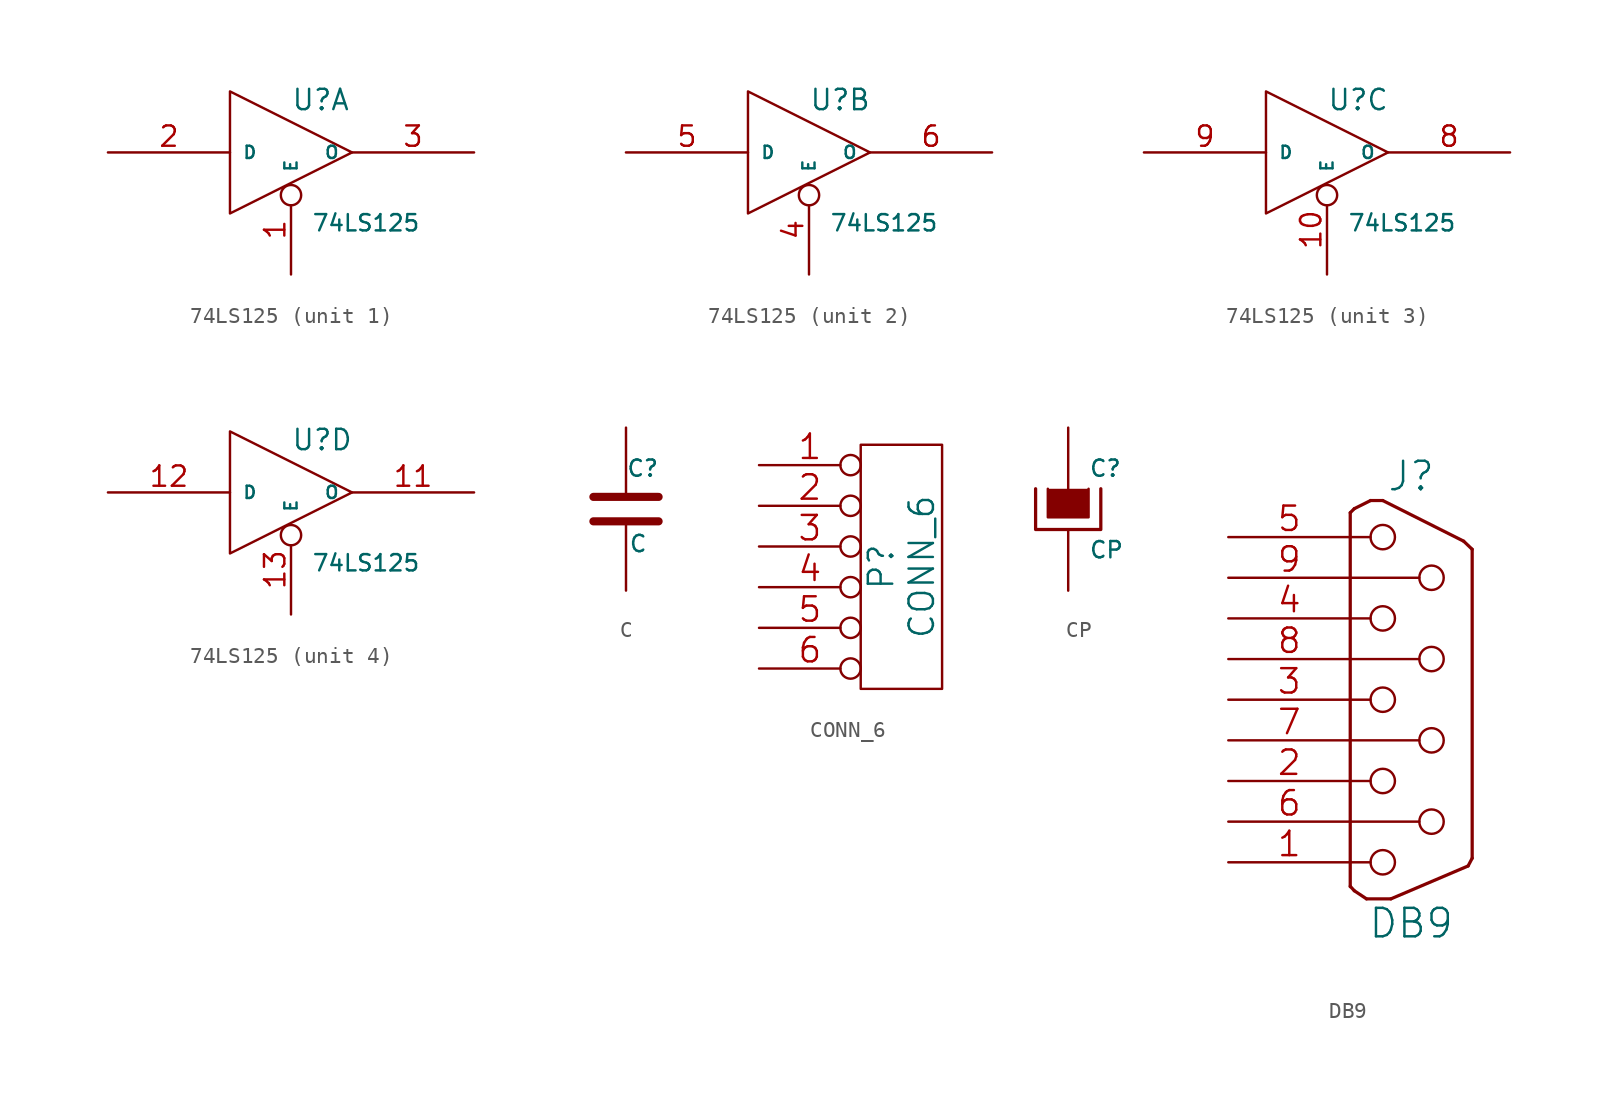
<source format=kicad_sym>
(kicad_symbol_lib
  (version 20201005)
  (generator kicad_symbol_editor)
  (symbol "sonde_xilinx_schlib:74LS125"
    (pin_names
      (offset 0.762))
    (property "Reference" "U"
      (at 0 2.54 0)
      (effects (font (size 1.27 1.27)) (justify left bottom)))
    (property "Value" "74LS125"
      (at 1.27 -3.81 0)
      (effects (font (size 1.016 1.016)) (justify left top)))
    (property "Footprint" ""
      (at 0 0 0)
      (effects (font (size 1.524 1.524))))
    (property "Datasheet" ""
      (at 0 0 0)
      (effects (font (size 1.524 1.524))))
    (symbol "74LS125_0_1"
      (polyline (pts (xy -3.81 3.81) (xy -3.81 -3.81) (xy 3.81 0) (xy -3.81 3.81)) (stroke (width 0)) (fill (type none))))
    (symbol "74LS125_0_0"
      (pin power_in line (at -3.81 -3.81 90) (length 0) hide (name "GND" (effects (font (size 0.762 0.762)))) (number "7" (effects (font (size 1.27 1.27)))))
      (pin power_in line (at -3.81 3.81 270) (length 0) hide (name "VCC" (effects (font (size 0.762 0.762)))) (number "14" (effects (font (size 1.27 1.27))))))
    (symbol "74LS125_1_0"
      (pin input inverted (at 0 -7.62 90) (length 5.588) (name "E" (effects (font (size 0.762 0.762)))) (number "1" (effects (font (size 1.27 1.27))))))
    (symbol "74LS125_2_0"
      (pin input inverted (at 0 -7.62 90) (length 5.588) (name "E" (effects (font (size 0.762 0.762)))) (number "4" (effects (font (size 1.27 1.27))))))
    (symbol "74LS125_3_0"
      (pin input inverted (at 0 -7.62 90) (length 5.588) (name "E" (effects (font (size 0.762 0.762)))) (number "10" (effects (font (size 1.27 1.27))))))
    (symbol "74LS125_4_0"
      (pin input inverted (at 0 -7.62 90) (length 5.588) (name "E" (effects (font (size 0.762 0.762)))) (number "13" (effects (font (size 1.27 1.27))))))
    (symbol "74LS125_1_1"
      (pin input line (at -11.43 0 0) (length 7.62) (name "D" (effects (font (size 0.762 0.762)))) (number "2" (effects (font (size 1.27 1.27)))))
      (pin tri_state line (at 11.43 0 180) (length 7.62) (name "O" (effects (font (size 0.762 0.762)))) (number "3" (effects (font (size 1.27 1.27))))))
    (symbol "74LS125_2_1"
      (pin input line (at -11.43 0 0) (length 7.62) (name "D" (effects (font (size 0.762 0.762)))) (number "5" (effects (font (size 1.27 1.27)))))
      (pin tri_state line (at 11.43 0 180) (length 7.62) (name "O" (effects (font (size 0.762 0.762)))) (number "6" (effects (font (size 1.27 1.27))))))
    (symbol "74LS125_3_1"
      (pin tri_state line (at 11.43 0 180) (length 7.62) (name "O" (effects (font (size 0.762 0.762)))) (number "8" (effects (font (size 1.27 1.27)))))
      (pin input line (at -11.43 0 0) (length 7.62) (name "D" (effects (font (size 0.762 0.762)))) (number "9" (effects (font (size 1.27 1.27))))))
    (symbol "74LS125_4_1"
      (pin tri_state line (at 11.43 0 180) (length 7.62) (name "O" (effects (font (size 0.762 0.762)))) (number "11" (effects (font (size 1.27 1.27)))))
      (pin input line (at -11.43 0 0) (length 7.62) (name "D" (effects (font (size 0.762 0.762)))) (number "12" (effects (font (size 1.27 1.27)))))))
  (symbol "sonde_xilinx_schlib:C"
    (pin_numbers hide)
    (pin_names
      (offset 0.254))
    (property "Reference" "C"
      (at 0 2.54 0)
      (effects (font (size 1.016 1.016)) (justify left)))
    (property "Value" "C"
      (at 0.152 -2.159 0)
      (effects (font (size 1.016 1.016)) (justify left)))
    (property "Footprint" ""
      (at 0.965 -3.81 0)
      (effects (font (size 0.762 0.762))))
    (property "Datasheet" ""
      (at 0 2.54 0)
      (effects (font (size 0.762 0.762))))
    (symbol "C_0_1"
      (polyline (pts (xy -2.032 -0.762) (xy 2.032 -0.762)) (stroke (width 0.508)) (fill (type none)))
      (polyline (pts (xy -2.032 0.762) (xy 2.032 0.762)) (stroke (width 0.508)) (fill (type none))))
    (symbol "C_1_1"
      (pin passive line (at 0 5.08 270) (length 4.318) (name "~" (effects (font (size 1.016 1.016)))) (number "1" (effects (font (size 1.016 1.016)))))
      (pin passive line (at 0 -5.08 90) (length 4.318) (name "~" (effects (font (size 1.016 1.016)))) (number "2" (effects (font (size 1.016 1.016)))))))
  (symbol "sonde_xilinx_schlib:CONN_6"
    (pin_names
      (offset 0.762) hide)
    (property "Reference" "P"
      (at -1.27 0 90)
      (effects (font (size 1.524 1.524))))
    (property "Value" "CONN_6"
      (at 1.27 0 90)
      (effects (font (size 1.524 1.524))))
    (property "Footprint" ""
      (at 0 0 0)
      (effects (font (size 1.524 1.524))))
    (property "Datasheet" ""
      (at 0 0 0)
      (effects (font (size 1.524 1.524))))
    (symbol "CONN_6_0_1"
      (rectangle (start -2.54 7.62) (end 2.54 -7.62) (stroke (width 0)) (fill (type none))))
    (symbol "CONN_6_1_1"
      (pin passive inverted (at -8.89 6.35 0) (length 6.35) (name "1" (effects (font (size 1.524 1.524)))) (number "1" (effects (font (size 1.524 1.524)))))
      (pin passive inverted (at -8.89 3.81 0) (length 6.35) (name "2" (effects (font (size 1.524 1.524)))) (number "2" (effects (font (size 1.524 1.524)))))
      (pin passive inverted (at -8.89 1.27 0) (length 6.35) (name "3" (effects (font (size 1.524 1.524)))) (number "3" (effects (font (size 1.524 1.524)))))
      (pin passive inverted (at -8.89 -1.27 0) (length 6.35) (name "4" (effects (font (size 1.524 1.524)))) (number "4" (effects (font (size 1.524 1.524)))))
      (pin passive inverted (at -8.89 -3.81 0) (length 6.35) (name "5" (effects (font (size 1.524 1.524)))) (number "5" (effects (font (size 1.524 1.524)))))
      (pin passive inverted (at -8.89 -6.35 0) (length 6.35) (name "6" (effects (font (size 1.524 1.524)))) (number "6" (effects (font (size 1.524 1.524)))))))
  (symbol "sonde_xilinx_schlib:CP"
    (pin_numbers hide)
    (pin_names
      (offset 0.254) hide)
    (property "Reference" "C"
      (at 1.27 2.54 0)
      (effects (font (size 1.016 1.016)) (justify left)))
    (property "Value" "CP"
      (at 1.27 -2.54 0)
      (effects (font (size 1.016 1.016)) (justify left)))
    (property "Footprint" ""
      (at 2.54 -3.81 0)
      (effects (font (size 0.762 0.762))))
    (property "Datasheet" ""
      (at 1.27 2.54 0)
      (effects (font (size 0.762 0.762))))
    (symbol "CP_0_1"
      (polyline (pts (xy -2.032 1.27) (xy -2.032 -1.27) (xy 2.032 -1.27) (xy 2.032 1.27)) (stroke (width 0.203)) (fill (type none)))
      (polyline (pts (xy -1.27 1.27) (xy -1.27 -0.508) (xy 1.27 -0.508) (xy 1.27 1.27)) (stroke (width 0)) (fill (type outline))))
    (symbol "CP_1_1"
      (pin passive line (at 0 5.08 270) (length 3.81) (name "~" (effects (font (size 1.016 1.016)))) (number "1" (effects (font (size 1.016 1.016)))))
      (pin passive line (at 0 -5.08 90) (length 3.81) (name "~" (effects (font (size 1.016 1.016)))) (number "2" (effects (font (size 1.016 1.016)))))))
  (symbol "sonde_xilinx_schlib:DB9"
    (pin_names
      (offset 1.016) hide)
    (property "Reference" "J"
      (at 0 13.97 0)
      (effects (font (size 1.778 1.778))))
    (property "Value" "DB9"
      (at 0 -13.97 0)
      (effects (font (size 1.778 1.778))))
    (property "Footprint" ""
      (at 0 0 0)
      (effects (font (size 1.524 1.524))))
    (property "Datasheet" ""
      (at 0 0 0)
      (effects (font (size 1.524 1.524))))
    (symbol "DB9_0_1"
      (circle (center -1.778 -10.16) (radius 0.762) (stroke (width 0)) (fill (type none)))
      (circle (center -1.778 -5.08) (radius 0.762) (stroke (width 0)) (fill (type none)))
      (circle (center -1.778 0) (radius 0.762) (stroke (width 0)) (fill (type none)))
      (circle (center -1.778 5.08) (radius 0.762) (stroke (width 0)) (fill (type none)))
      (circle (center -1.778 10.16) (radius 0.762) (stroke (width 0)) (fill (type none)))
      (circle (center 1.27 -7.62) (radius 0.762) (stroke (width 0)) (fill (type none)))
      (circle (center 1.27 -2.54) (radius 0.762) (stroke (width 0)) (fill (type none)))
      (circle (center 1.27 2.54) (radius 0.762) (stroke (width 0)) (fill (type none)))
      (circle (center 1.27 7.62) (radius 0.762) (stroke (width 0)) (fill (type none)))
      (polyline (pts (xy -3.81 -11.684) (xy -3.81 11.684)) (stroke (width 0.203)) (fill (type none)))
      (polyline (pts (xy -3.81 -11.659) (xy -3.556 -11.938)) (stroke (width 0.203)) (fill (type none)))
      (polyline (pts (xy -3.81 -10.16) (xy -2.54 -10.16)) (stroke (width 0)) (fill (type none)))
      (polyline (pts (xy -3.81 -7.62) (xy 0.508 -7.62)) (stroke (width 0)) (fill (type none)))
      (polyline (pts (xy -3.81 -5.08) (xy -2.54 -5.08)) (stroke (width 0)) (fill (type none)))
      (polyline (pts (xy -3.81 -2.54) (xy 0.508 -2.54)) (stroke (width 0)) (fill (type none)))
      (polyline (pts (xy -3.81 0) (xy -2.54 0)) (stroke (width 0)) (fill (type none)))
      (polyline (pts (xy -3.81 2.54) (xy 0.508 2.54)) (stroke (width 0)) (fill (type none)))
      (polyline (pts (xy -3.81 5.08) (xy -2.54 5.08)) (stroke (width 0)) (fill (type none)))
      (polyline (pts (xy -3.81 7.62) (xy 0.508 7.62)) (stroke (width 0)) (fill (type none)))
      (polyline (pts (xy -3.81 10.16) (xy -2.54 10.16)) (stroke (width 0)) (fill (type none)))
      (polyline (pts (xy -3.556 -11.938) (xy -2.794 -12.446)) (stroke (width 0.203)) (fill (type none)))
      (polyline (pts (xy -3.556 11.938) (xy -3.81 11.684)) (stroke (width 0.203)) (fill (type none)))
      (polyline (pts (xy -3.556 11.938) (xy -2.54 12.446)) (stroke (width 0.203)) (fill (type none)))
      (polyline (pts (xy -2.794 -12.446) (xy -1.27 -12.446)) (stroke (width 0.203)) (fill (type none)))
      (polyline (pts (xy -2.54 12.446) (xy -1.778 12.446)) (stroke (width 0.203)) (fill (type none)))
      (polyline (pts (xy 3.277 9.906) (xy -1.778 12.446)) (stroke (width 0.203)) (fill (type none)))
      (polyline (pts (xy 3.277 9.906) (xy 3.81 9.398)) (stroke (width 0.203)) (fill (type none)))
      (polyline (pts (xy 3.556 -10.389) (xy -1.27 -12.446)) (stroke (width 0.203)) (fill (type none)))
      (polyline (pts (xy 3.81 -9.906) (xy 3.556 -10.389)) (stroke (width 0.203)) (fill (type none)))
      (polyline (pts (xy 3.81 9.398) (xy 3.81 -9.906)) (stroke (width 0.203)) (fill (type none))))
    (symbol "DB9_1_1"
      (pin passive line (at -11.43 -10.16 0) (length 7.62) (name "1" (effects (font (size 1.524 1.524)))) (number "1" (effects (font (size 1.524 1.524)))))
      (pin passive line (at -11.43 -5.08 0) (length 7.62) (name "2" (effects (font (size 1.524 1.524)))) (number "2" (effects (font (size 1.524 1.524)))))
      (pin passive line (at -11.43 0 0) (length 7.62) (name "3" (effects (font (size 1.524 1.524)))) (number "3" (effects (font (size 1.524 1.524)))))
      (pin passive line (at -11.43 5.08 0) (length 7.62) (name "4" (effects (font (size 1.524 1.524)))) (number "4" (effects (font (size 1.524 1.524)))))
      (pin passive line (at -11.43 10.16 0) (length 7.62) (name "5" (effects (font (size 1.524 1.524)))) (number "5" (effects (font (size 1.524 1.524)))))
      (pin passive line (at -11.43 -7.62 0) (length 7.62) (name "P6" (effects (font (size 1.524 1.524)))) (number "6" (effects (font (size 1.524 1.524)))))
      (pin passive line (at -11.43 -2.54 0) (length 7.62) (name "P7" (effects (font (size 1.524 1.524)))) (number "7" (effects (font (size 1.524 1.524)))))
      (pin passive line (at -11.43 2.54 0) (length 7.62) (name "P8" (effects (font (size 1.524 1.524)))) (number "8" (effects (font (size 1.524 1.524)))))
      (pin passive line (at -11.43 7.62 0) (length 7.62) (name "P9" (effects (font (size 1.524 1.524)))) (number "9" (effects (font (size 1.524 1.524))))))))
</source>
